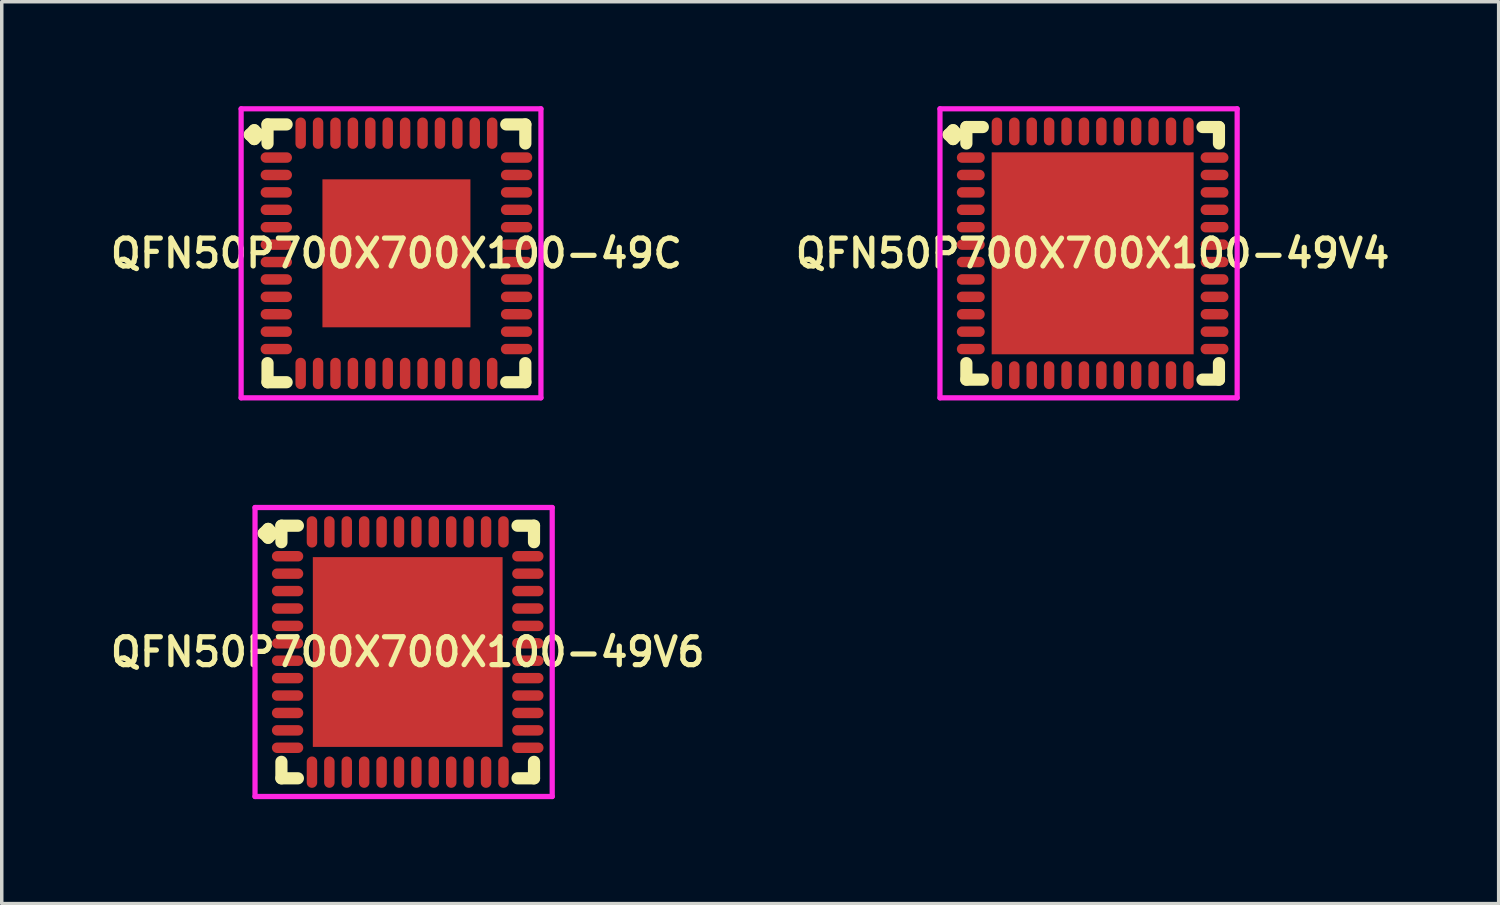
<source format=kicad_pcb>
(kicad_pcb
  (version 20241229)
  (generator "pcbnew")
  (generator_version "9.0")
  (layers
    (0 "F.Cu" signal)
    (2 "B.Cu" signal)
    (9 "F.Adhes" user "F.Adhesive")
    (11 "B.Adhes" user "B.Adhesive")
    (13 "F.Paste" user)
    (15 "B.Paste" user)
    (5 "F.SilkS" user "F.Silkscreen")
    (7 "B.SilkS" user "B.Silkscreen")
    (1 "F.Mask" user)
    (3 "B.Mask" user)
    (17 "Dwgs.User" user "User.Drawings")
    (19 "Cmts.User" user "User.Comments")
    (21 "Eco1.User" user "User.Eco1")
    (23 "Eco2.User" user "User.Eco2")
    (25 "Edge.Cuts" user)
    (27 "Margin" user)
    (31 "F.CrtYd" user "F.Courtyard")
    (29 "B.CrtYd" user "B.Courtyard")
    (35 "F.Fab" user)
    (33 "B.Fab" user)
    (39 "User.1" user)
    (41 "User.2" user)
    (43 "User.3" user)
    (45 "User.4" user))
  (footprint "QFN50P700X700X100-49V4"
    (layer "F.Cu")
    (at 28.33 4.225)
    (property "Reference" "QFN50P700X700X100-49V4" (at 0 0 0) (layer "F.SilkS") (effects (font (size 0.8 0.8) (thickness 0.15))))
    (attr smd)
    (fp_line (start -4.135 -3.408) (end -4.008 -3.535) (stroke (width 0.35) (type solid)) (layer "F.SilkS"))
    (fp_line (start -4.008 -3.535) (end -3.881 -3.408) (stroke (width 0.35) (type solid)) (layer "F.SilkS"))
    (fp_line (start -4.008 -3.281) (end -4.135 -3.408) (stroke (width 0.35) (type solid)) (layer "F.SilkS"))
    (fp_line (start -3.881 -3.408) (end -4.008 -3.281) (stroke (width 0.35) (type solid)) (layer "F.SilkS"))
    (fp_line (start -3.627 -3.627) (end -3.154 -3.627) (stroke (width 0.35) (type solid)) (layer "F.SilkS"))
    (fp_line (start -3.627 -3.154) (end -3.627 -3.627) (stroke (width 0.35) (type solid)) (layer "F.SilkS"))
    (fp_line (start -3.627 3.154) (end -3.627 3.627) (stroke (width 0.35) (type solid)) (layer "F.SilkS"))
    (fp_line (start -3.627 3.627) (end -3.154 3.627) (stroke (width 0.35) (type solid)) (layer "F.SilkS"))
    (fp_line (start 3.154 -3.627) (end 3.627 -3.627) (stroke (width 0.35) (type solid)) (layer "F.SilkS"))
    (fp_line (start 3.154 3.627) (end 3.627 3.627) (stroke (width 0.35) (type solid)) (layer "F.SilkS"))
    (fp_line (start 3.627 -3.627) (end 3.627 -3.154) (stroke (width 0.35) (type solid)) (layer "F.SilkS"))
    (fp_line (start 3.627 3.627) (end 3.627 3.154) (stroke (width 0.35) (type solid)) (layer "F.SilkS"))
    (fp_line (start -4.385 -4.15) (end 4.15 -4.15) (stroke (width 0.15) (type solid)) (layer "F.CrtYd"))
    (fp_line (start -4.385 4.15) (end -4.385 -4.15) (stroke (width 0.15) (type solid)) (layer "F.CrtYd"))
    (fp_line (start 4.15 -4.15) (end 4.15 4.15) (stroke (width 0.15) (type solid)) (layer "F.CrtYd"))
    (fp_line (start 4.15 4.15) (end -4.385 4.15) (stroke (width 0.15) (type solid)) (layer "F.CrtYd"))
    (pad "1" smd oval (at -3.5 -2.75) (size 0.8 0.3) (layers "F.Cu" "F.Mask" "F.Paste"))
    (pad "2" smd oval (at -3.5 -2.25) (size 0.8 0.3) (layers "F.Cu" "F.Mask" "F.Paste"))
    (pad "3" smd oval (at -3.5 -1.75) (size 0.8 0.3) (layers "F.Cu" "F.Mask" "F.Paste"))
    (pad "4" smd oval (at -3.5 -1.25) (size 0.8 0.3) (layers "F.Cu" "F.Mask" "F.Paste"))
    (pad "5" smd oval (at -3.5 -0.75) (size 0.8 0.3) (layers "F.Cu" "F.Mask" "F.Paste"))
    (pad "6" smd oval (at -3.5 -0.25) (size 0.8 0.3) (layers "F.Cu" "F.Mask" "F.Paste"))
    (pad "7" smd oval (at -3.5 0.25) (size 0.8 0.3) (layers "F.Cu" "F.Mask" "F.Paste"))
    (pad "8" smd oval (at -3.5 0.75) (size 0.8 0.3) (layers "F.Cu" "F.Mask" "F.Paste"))
    (pad "9" smd oval (at -3.5 1.25) (size 0.8 0.3) (layers "F.Cu" "F.Mask" "F.Paste"))
    (pad "10" smd oval (at -3.5 1.75) (size 0.8 0.3) (layers "F.Cu" "F.Mask" "F.Paste"))
    (pad "11" smd oval (at -3.5 2.25) (size 0.8 0.3) (layers "F.Cu" "F.Mask" "F.Paste"))
    (pad "12" smd oval (at -3.5 2.75) (size 0.8 0.3) (layers "F.Cu" "F.Mask" "F.Paste"))
    (pad "13" smd oval (at -2.75 3.5) (size 0.3 0.8) (layers "F.Cu" "F.Mask" "F.Paste"))
    (pad "14" smd oval (at -2.25 3.5) (size 0.3 0.8) (layers "F.Cu" "F.Mask" "F.Paste"))
    (pad "15" smd oval (at -1.75 3.5) (size 0.3 0.8) (layers "F.Cu" "F.Mask" "F.Paste"))
    (pad "16" smd oval (at -1.25 3.5) (size 0.3 0.8) (layers "F.Cu" "F.Mask" "F.Paste"))
    (pad "17" smd oval (at -0.75 3.5) (size 0.3 0.8) (layers "F.Cu" "F.Mask" "F.Paste"))
    (pad "18" smd oval (at -0.25 3.5) (size 0.3 0.8) (layers "F.Cu" "F.Mask" "F.Paste"))
    (pad "19" smd oval (at 0.25 3.5) (size 0.3 0.8) (layers "F.Cu" "F.Mask" "F.Paste"))
    (pad "20" smd oval (at 0.75 3.5) (size 0.3 0.8) (layers "F.Cu" "F.Mask" "F.Paste"))
    (pad "21" smd oval (at 1.25 3.5) (size 0.3 0.8) (layers "F.Cu" "F.Mask" "F.Paste"))
    (pad "22" smd oval (at 1.75 3.5) (size 0.3 0.8) (layers "F.Cu" "F.Mask" "F.Paste"))
    (pad "23" smd oval (at 2.25 3.5) (size 0.3 0.8) (layers "F.Cu" "F.Mask" "F.Paste"))
    (pad "24" smd oval (at 2.75 3.5) (size 0.3 0.8) (layers "F.Cu" "F.Mask" "F.Paste"))
    (pad "25" smd oval (at 3.5 2.75) (size 0.8 0.3) (layers "F.Cu" "F.Mask" "F.Paste"))
    (pad "26" smd oval (at 3.5 2.25) (size 0.8 0.3) (layers "F.Cu" "F.Mask" "F.Paste"))
    (pad "27" smd oval (at 3.5 1.75) (size 0.8 0.3) (layers "F.Cu" "F.Mask" "F.Paste"))
    (pad "28" smd oval (at 3.5 1.25) (size 0.8 0.3) (layers "F.Cu" "F.Mask" "F.Paste"))
    (pad "29" smd oval (at 3.5 0.75) (size 0.8 0.3) (layers "F.Cu" "F.Mask" "F.Paste"))
    (pad "30" smd oval (at 3.5 0.25) (size 0.8 0.3) (layers "F.Cu" "F.Mask" "F.Paste"))
    (pad "31" smd oval (at 3.5 -0.25) (size 0.8 0.3) (layers "F.Cu" "F.Mask" "F.Paste"))
    (pad "32" smd oval (at 3.5 -0.75) (size 0.8 0.3) (layers "F.Cu" "F.Mask" "F.Paste"))
    (pad "33" smd oval (at 3.5 -1.25) (size 0.8 0.3) (layers "F.Cu" "F.Mask" "F.Paste"))
    (pad "34" smd oval (at 3.5 -1.75) (size 0.8 0.3) (layers "F.Cu" "F.Mask" "F.Paste"))
    (pad "35" smd oval (at 3.5 -2.25) (size 0.8 0.3) (layers "F.Cu" "F.Mask" "F.Paste"))
    (pad "36" smd oval (at 3.5 -2.75) (size 0.8 0.3) (layers "F.Cu" "F.Mask" "F.Paste"))
    (pad "37" smd oval (at 2.75 -3.5) (size 0.3 0.8) (layers "F.Cu" "F.Mask" "F.Paste"))
    (pad "38" smd oval (at 2.25 -3.5) (size 0.3 0.8) (layers "F.Cu" "F.Mask" "F.Paste"))
    (pad "39" smd oval (at 1.75 -3.5) (size 0.3 0.8) (layers "F.Cu" "F.Mask" "F.Paste"))
    (pad "40" smd oval (at 1.25 -3.5) (size 0.3 0.8) (layers "F.Cu" "F.Mask" "F.Paste"))
    (pad "41" smd oval (at 0.75 -3.5) (size 0.3 0.8) (layers "F.Cu" "F.Mask" "F.Paste"))
    (pad "42" smd oval (at 0.25 -3.5) (size 0.3 0.8) (layers "F.Cu" "F.Mask" "F.Paste"))
    (pad "43" smd oval (at -0.25 -3.5) (size 0.3 0.8) (layers "F.Cu" "F.Mask" "F.Paste"))
    (pad "44" smd oval (at -0.75 -3.5) (size 0.3 0.8) (layers "F.Cu" "F.Mask" "F.Paste"))
    (pad "45" smd oval (at -1.25 -3.5) (size 0.3 0.8) (layers "F.Cu" "F.Mask" "F.Paste"))
    (pad "46" smd oval (at -1.75 -3.5) (size 0.3 0.8) (layers "F.Cu" "F.Mask" "F.Paste"))
    (pad "47" smd oval (at -2.25 -3.5) (size 0.3 0.8) (layers "F.Cu" "F.Mask" "F.Paste"))
    (pad "48" smd oval (at -2.75 -3.5) (size 0.3 0.8) (layers "F.Cu" "F.Mask" "F.Paste"))
    (pad "49" smd rect (at 0 0) (size 5.8 5.8) (layers "F.Cu" "F.Mask" "F.Paste")))
  (footprint "QFN50P700X700X100-49V6"
    (layer "F.Cu")
    (at 8.659 15.675)
    (property "Reference" "QFN50P700X700X100-49V6" (at 0 0 0) (layer "F.SilkS") (effects (font (size 0.8 0.8) (thickness 0.15))))
    (attr through_hole)
    (fp_line (start -4.135 -3.408) (end -4.008 -3.535) (stroke (width 0.35) (type solid)) (layer "F.SilkS"))
    (fp_line (start -4.008 -3.535) (end -3.881 -3.408) (stroke (width 0.35) (type solid)) (layer "F.SilkS"))
    (fp_line (start -4.008 -3.281) (end -4.135 -3.408) (stroke (width 0.35) (type solid)) (layer "F.SilkS"))
    (fp_line (start -3.881 -3.408) (end -4.008 -3.281) (stroke (width 0.35) (type solid)) (layer "F.SilkS"))
    (fp_line (start -3.627 -3.627) (end -3.154 -3.627) (stroke (width 0.35) (type solid)) (layer "F.SilkS"))
    (fp_line (start -3.627 -3.154) (end -3.627 -3.627) (stroke (width 0.35) (type solid)) (layer "F.SilkS"))
    (fp_line (start -3.627 3.154) (end -3.627 3.627) (stroke (width 0.35) (type solid)) (layer "F.SilkS"))
    (fp_line (start -3.627 3.627) (end -3.154 3.627) (stroke (width 0.35) (type solid)) (layer "F.SilkS"))
    (fp_line (start 3.154 -3.627) (end 3.627 -3.627) (stroke (width 0.35) (type solid)) (layer "F.SilkS"))
    (fp_line (start 3.154 3.627) (end 3.627 3.627) (stroke (width 0.35) (type solid)) (layer "F.SilkS"))
    (fp_line (start 3.627 -3.627) (end 3.627 -3.154) (stroke (width 0.35) (type solid)) (layer "F.SilkS"))
    (fp_line (start 3.627 3.627) (end 3.627 3.154) (stroke (width 0.35) (type solid)) (layer "F.SilkS"))
    (fp_line (start -4.385 -4.15) (end 4.15 -4.15) (stroke (width 0.15) (type solid)) (layer "F.CrtYd"))
    (fp_line (start -4.385 4.15) (end -4.385 -4.15) (stroke (width 0.15) (type solid)) (layer "F.CrtYd"))
    (fp_line (start 4.15 -4.15) (end 4.15 4.15) (stroke (width 0.15) (type solid)) (layer "F.CrtYd"))
    (fp_line (start 4.15 4.15) (end -4.385 4.15) (stroke (width 0.15) (type solid)) (layer "F.CrtYd"))
    (pad "1" smd oval (at -3.45 -2.75) (size 0.9 0.3) (layers "F.Cu" "F.Mask" "F.Paste"))
    (pad "2" smd oval (at -3.45 -2.25) (size 0.9 0.3) (layers "F.Cu" "F.Mask" "F.Paste"))
    (pad "3" smd oval (at -3.45 -1.75) (size 0.9 0.3) (layers "F.Cu" "F.Mask" "F.Paste"))
    (pad "4" smd oval (at -3.45 -1.25) (size 0.9 0.3) (layers "F.Cu" "F.Mask" "F.Paste"))
    (pad "5" smd oval (at -3.45 -0.75) (size 0.9 0.3) (layers "F.Cu" "F.Mask" "F.Paste"))
    (pad "6" smd oval (at -3.45 -0.25) (size 0.9 0.3) (layers "F.Cu" "F.Mask" "F.Paste"))
    (pad "7" smd oval (at -3.45 0.25) (size 0.9 0.3) (layers "F.Cu" "F.Mask" "F.Paste"))
    (pad "8" smd oval (at -3.45 0.75) (size 0.9 0.3) (layers "F.Cu" "F.Mask" "F.Paste"))
    (pad "9" smd oval (at -3.45 1.25) (size 0.9 0.3) (layers "F.Cu" "F.Mask" "F.Paste"))
    (pad "10" smd oval (at -3.45 1.75) (size 0.9 0.3) (layers "F.Cu" "F.Mask" "F.Paste"))
    (pad "11" smd oval (at -3.45 2.25) (size 0.9 0.3) (layers "F.Cu" "F.Mask" "F.Paste"))
    (pad "12" smd oval (at -3.45 2.75) (size 0.9 0.3) (layers "F.Cu" "F.Mask" "F.Paste"))
    (pad "13" smd oval (at -2.75 3.45) (size 0.3 0.9) (layers "F.Cu" "F.Mask" "F.Paste"))
    (pad "14" smd oval (at -2.25 3.45) (size 0.3 0.9) (layers "F.Cu" "F.Mask" "F.Paste"))
    (pad "15" smd oval (at -1.75 3.45) (size 0.3 0.9) (layers "F.Cu" "F.Mask" "F.Paste"))
    (pad "16" smd oval (at -1.25 3.45) (size 0.3 0.9) (layers "F.Cu" "F.Mask" "F.Paste"))
    (pad "17" smd oval (at -0.75 3.45) (size 0.3 0.9) (layers "F.Cu" "F.Mask" "F.Paste"))
    (pad "18" smd oval (at -0.25 3.45) (size 0.3 0.9) (layers "F.Cu" "F.Mask" "F.Paste"))
    (pad "19" smd oval (at 0.25 3.45) (size 0.3 0.9) (layers "F.Cu" "F.Mask" "F.Paste"))
    (pad "20" smd oval (at 0.75 3.45) (size 0.3 0.9) (layers "F.Cu" "F.Mask" "F.Paste"))
    (pad "21" smd oval (at 1.25 3.45) (size 0.3 0.9) (layers "F.Cu" "F.Mask" "F.Paste"))
    (pad "22" smd oval (at 1.75 3.45) (size 0.3 0.9) (layers "F.Cu" "F.Mask" "F.Paste"))
    (pad "23" smd oval (at 2.25 3.45) (size 0.3 0.9) (layers "F.Cu" "F.Mask" "F.Paste"))
    (pad "24" smd oval (at 2.75 3.45) (size 0.3 0.9) (layers "F.Cu" "F.Mask" "F.Paste"))
    (pad "25" smd oval (at 3.45 2.75) (size 0.9 0.3) (layers "F.Cu" "F.Mask" "F.Paste"))
    (pad "26" smd oval (at 3.45 2.25) (size 0.9 0.3) (layers "F.Cu" "F.Mask" "F.Paste"))
    (pad "27" smd oval (at 3.45 1.75) (size 0.9 0.3) (layers "F.Cu" "F.Mask" "F.Paste"))
    (pad "28" smd oval (at 3.45 1.25) (size 0.9 0.3) (layers "F.Cu" "F.Mask" "F.Paste"))
    (pad "29" smd oval (at 3.45 0.75) (size 0.9 0.3) (layers "F.Cu" "F.Mask" "F.Paste"))
    (pad "30" smd oval (at 3.45 0.25) (size 0.9 0.3) (layers "F.Cu" "F.Mask" "F.Paste"))
    (pad "31" smd oval (at 3.45 -0.25) (size 0.9 0.3) (layers "F.Cu" "F.Mask" "F.Paste"))
    (pad "32" smd oval (at 3.45 -0.75) (size 0.9 0.3) (layers "F.Cu" "F.Mask" "F.Paste"))
    (pad "33" smd oval (at 3.45 -1.25) (size 0.9 0.3) (layers "F.Cu" "F.Mask" "F.Paste"))
    (pad "34" smd oval (at 3.45 -1.75) (size 0.9 0.3) (layers "F.Cu" "F.Mask" "F.Paste"))
    (pad "35" smd oval (at 3.45 -2.25) (size 0.9 0.3) (layers "F.Cu" "F.Mask" "F.Paste"))
    (pad "36" smd oval (at 3.45 -2.75) (size 0.9 0.3) (layers "F.Cu" "F.Mask" "F.Paste"))
    (pad "37" smd oval (at 2.75 -3.45) (size 0.3 0.9) (layers "F.Cu" "F.Mask" "F.Paste"))
    (pad "38" smd oval (at 2.25 -3.45) (size 0.3 0.9) (layers "F.Cu" "F.Mask" "F.Paste"))
    (pad "39" smd oval (at 1.75 -3.45) (size 0.3 0.9) (layers "F.Cu" "F.Mask" "F.Paste"))
    (pad "40" smd oval (at 1.25 -3.45) (size 0.3 0.9) (layers "F.Cu" "F.Mask" "F.Paste"))
    (pad "41" smd oval (at 0.75 -3.45) (size 0.3 0.9) (layers "F.Cu" "F.Mask" "F.Paste"))
    (pad "42" smd oval (at 0.25 -3.45) (size 0.3 0.9) (layers "F.Cu" "F.Mask" "F.Paste"))
    (pad "43" smd oval (at -0.25 -3.45) (size 0.3 0.9) (layers "F.Cu" "F.Mask" "F.Paste"))
    (pad "44" smd oval (at -0.75 -3.45) (size 0.3 0.9) (layers "F.Cu" "F.Mask" "F.Paste"))
    (pad "45" smd oval (at -1.25 -3.45) (size 0.3 0.9) (layers "F.Cu" "F.Mask" "F.Paste"))
    (pad "46" smd oval (at -1.75 -3.45) (size 0.3 0.9) (layers "F.Cu" "F.Mask" "F.Paste"))
    (pad "47" smd oval (at -2.25 -3.45) (size 0.3 0.9) (layers "F.Cu" "F.Mask" "F.Paste"))
    (pad "48" smd oval (at -2.75 -3.45) (size 0.3 0.9) (layers "F.Cu" "F.Mask" "F.Paste"))
    (pad "49" smd rect (at 0 0) (size 5.45 5.45) (layers "F.Cu" "F.Mask" "F.Paste")))
  (footprint "QFN50P700X700X100-49C"
    (layer "F.Cu")
    (at 8.335 4.225)
    (property "Reference" "QFN50P700X700X100-49C" (at 0 0 0) (layer "F.SilkS") (effects (font (size 0.8 0.8) (thickness 0.15))))
    (attr smd)
    (fp_line (start -4.21 -3.408) (end -4.083 -3.535) (stroke (width 0.35) (type solid)) (layer "F.SilkS"))
    (fp_line (start -4.083 -3.535) (end -3.956 -3.408) (stroke (width 0.35) (type solid)) (layer "F.SilkS"))
    (fp_line (start -4.083 -3.281) (end -4.21 -3.408) (stroke (width 0.35) (type solid)) (layer "F.SilkS"))
    (fp_line (start -3.956 -3.408) (end -4.083 -3.281) (stroke (width 0.35) (type solid)) (layer "F.SilkS"))
    (fp_line (start -3.702 -3.702) (end -3.154 -3.702) (stroke (width 0.35) (type solid)) (layer "F.SilkS"))
    (fp_line (start -3.702 -3.154) (end -3.702 -3.702) (stroke (width 0.35) (type solid)) (layer "F.SilkS"))
    (fp_line (start -3.702 3.154) (end -3.702 3.702) (stroke (width 0.35) (type solid)) (layer "F.SilkS"))
    (fp_line (start -3.702 3.702) (end -3.154 3.702) (stroke (width 0.35) (type solid)) (layer "F.SilkS"))
    (fp_line (start 3.154 -3.702) (end 3.702 -3.702) (stroke (width 0.35) (type solid)) (layer "F.SilkS"))
    (fp_line (start 3.154 3.702) (end 3.702 3.702) (stroke (width 0.35) (type solid)) (layer "F.SilkS"))
    (fp_line (start 3.702 -3.702) (end 3.702 -3.154) (stroke (width 0.35) (type solid)) (layer "F.SilkS"))
    (fp_line (start 3.702 3.702) (end 3.702 3.154) (stroke (width 0.35) (type solid)) (layer "F.SilkS"))
    (fp_line (start -4.46 -4.15) (end 4.15 -4.15) (stroke (width 0.15) (type solid)) (layer "F.CrtYd"))
    (fp_line (start -4.46 4.15) (end -4.46 -4.15) (stroke (width 0.15) (type solid)) (layer "F.CrtYd"))
    (fp_line (start 4.15 -4.15) (end 4.15 4.15) (stroke (width 0.15) (type solid)) (layer "F.CrtYd"))
    (fp_line (start 4.15 4.15) (end -4.46 4.15) (stroke (width 0.15) (type solid)) (layer "F.CrtYd"))
    (pad "1" smd oval (at -3.45 -2.75) (size 0.9 0.3) (layers "F.Cu" "F.Mask" "F.Paste"))
    (pad "2" smd oval (at -3.45 -2.25) (size 0.9 0.3) (layers "F.Cu" "F.Mask" "F.Paste"))
    (pad "3" smd oval (at -3.45 -1.75) (size 0.9 0.3) (layers "F.Cu" "F.Mask" "F.Paste"))
    (pad "4" smd oval (at -3.45 -1.25) (size 0.9 0.3) (layers "F.Cu" "F.Mask" "F.Paste"))
    (pad "5" smd oval (at -3.45 -0.75) (size 0.9 0.3) (layers "F.Cu" "F.Mask" "F.Paste"))
    (pad "6" smd oval (at -3.45 -0.25) (size 0.9 0.3) (layers "F.Cu" "F.Mask" "F.Paste"))
    (pad "7" smd oval (at -3.45 0.25) (size 0.9 0.3) (layers "F.Cu" "F.Mask" "F.Paste"))
    (pad "8" smd oval (at -3.45 0.75) (size 0.9 0.3) (layers "F.Cu" "F.Mask" "F.Paste"))
    (pad "9" smd oval (at -3.45 1.25) (size 0.9 0.3) (layers "F.Cu" "F.Mask" "F.Paste"))
    (pad "10" smd oval (at -3.45 1.75) (size 0.9 0.3) (layers "F.Cu" "F.Mask" "F.Paste"))
    (pad "11" smd oval (at -3.45 2.25) (size 0.9 0.3) (layers "F.Cu" "F.Mask" "F.Paste"))
    (pad "12" smd oval (at -3.45 2.75) (size 0.9 0.3) (layers "F.Cu" "F.Mask" "F.Paste"))
    (pad "13" smd oval (at -2.75 3.45) (size 0.3 0.9) (layers "F.Cu" "F.Mask" "F.Paste"))
    (pad "14" smd oval (at -2.25 3.45) (size 0.3 0.9) (layers "F.Cu" "F.Mask" "F.Paste"))
    (pad "15" smd oval (at -1.75 3.45) (size 0.3 0.9) (layers "F.Cu" "F.Mask" "F.Paste"))
    (pad "16" smd oval (at -1.25 3.45) (size 0.3 0.9) (layers "F.Cu" "F.Mask" "F.Paste"))
    (pad "17" smd oval (at -0.75 3.45) (size 0.3 0.9) (layers "F.Cu" "F.Mask" "F.Paste"))
    (pad "18" smd oval (at -0.25 3.45) (size 0.3 0.9) (layers "F.Cu" "F.Mask" "F.Paste"))
    (pad "19" smd oval (at 0.25 3.45) (size 0.3 0.9) (layers "F.Cu" "F.Mask" "F.Paste"))
    (pad "20" smd oval (at 0.75 3.45) (size 0.3 0.9) (layers "F.Cu" "F.Mask" "F.Paste"))
    (pad "21" smd oval (at 1.25 3.45) (size 0.3 0.9) (layers "F.Cu" "F.Mask" "F.Paste"))
    (pad "22" smd oval (at 1.75 3.45) (size 0.3 0.9) (layers "F.Cu" "F.Mask" "F.Paste"))
    (pad "23" smd oval (at 2.25 3.45) (size 0.3 0.9) (layers "F.Cu" "F.Mask" "F.Paste"))
    (pad "24" smd oval (at 2.75 3.45) (size 0.3 0.9) (layers "F.Cu" "F.Mask" "F.Paste"))
    (pad "25" smd oval (at 3.45 2.75) (size 0.9 0.3) (layers "F.Cu" "F.Mask" "F.Paste"))
    (pad "26" smd oval (at 3.45 2.25) (size 0.9 0.3) (layers "F.Cu" "F.Mask" "F.Paste"))
    (pad "27" smd oval (at 3.45 1.75) (size 0.9 0.3) (layers "F.Cu" "F.Mask" "F.Paste"))
    (pad "28" smd oval (at 3.45 1.25) (size 0.9 0.3) (layers "F.Cu" "F.Mask" "F.Paste"))
    (pad "29" smd oval (at 3.45 0.75) (size 0.9 0.3) (layers "F.Cu" "F.Mask" "F.Paste"))
    (pad "30" smd oval (at 3.45 0.25) (size 0.9 0.3) (layers "F.Cu" "F.Mask" "F.Paste"))
    (pad "31" smd oval (at 3.45 -0.25) (size 0.9 0.3) (layers "F.Cu" "F.Mask" "F.Paste"))
    (pad "32" smd oval (at 3.45 -0.75) (size 0.9 0.3) (layers "F.Cu" "F.Mask" "F.Paste"))
    (pad "33" smd oval (at 3.45 -1.25) (size 0.9 0.3) (layers "F.Cu" "F.Mask" "F.Paste"))
    (pad "34" smd oval (at 3.45 -1.75) (size 0.9 0.3) (layers "F.Cu" "F.Mask" "F.Paste"))
    (pad "35" smd oval (at 3.45 -2.25) (size 0.9 0.3) (layers "F.Cu" "F.Mask" "F.Paste"))
    (pad "36" smd oval (at 3.45 -2.75) (size 0.9 0.3) (layers "F.Cu" "F.Mask" "F.Paste"))
    (pad "37" smd oval (at 2.75 -3.45) (size 0.3 0.9) (layers "F.Cu" "F.Mask" "F.Paste"))
    (pad "38" smd oval (at 2.25 -3.45) (size 0.3 0.9) (layers "F.Cu" "F.Mask" "F.Paste"))
    (pad "39" smd oval (at 1.75 -3.45) (size 0.3 0.9) (layers "F.Cu" "F.Mask" "F.Paste"))
    (pad "40" smd oval (at 1.25 -3.45) (size 0.3 0.9) (layers "F.Cu" "F.Mask" "F.Paste"))
    (pad "41" smd oval (at 0.75 -3.45) (size 0.3 0.9) (layers "F.Cu" "F.Mask" "F.Paste"))
    (pad "42" smd oval (at 0.25 -3.45) (size 0.3 0.9) (layers "F.Cu" "F.Mask" "F.Paste"))
    (pad "43" smd oval (at -0.25 -3.45) (size 0.3 0.9) (layers "F.Cu" "F.Mask" "F.Paste"))
    (pad "44" smd oval (at -0.75 -3.45) (size 0.3 0.9) (layers "F.Cu" "F.Mask" "F.Paste"))
    (pad "45" smd oval (at -1.25 -3.45) (size 0.3 0.9) (layers "F.Cu" "F.Mask" "F.Paste"))
    (pad "46" smd oval (at -1.75 -3.45) (size 0.3 0.9) (layers "F.Cu" "F.Mask" "F.Paste"))
    (pad "47" smd oval (at -2.25 -3.45) (size 0.3 0.9) (layers "F.Cu" "F.Mask" "F.Paste"))
    (pad "48" smd oval (at -2.75 -3.45) (size 0.3 0.9) (layers "F.Cu" "F.Mask" "F.Paste"))
    (pad "49" smd rect (at 0 0) (size 4.25 4.25) (layers "F.Cu" "F.Mask" "F.Paste")))
  (gr_rect
    (start -3 -3)
    (end 39.99 22.9)
    (stroke (width 0.1) (type default))
    (fill no)
    (layer "Edge.Cuts")))
</source>
